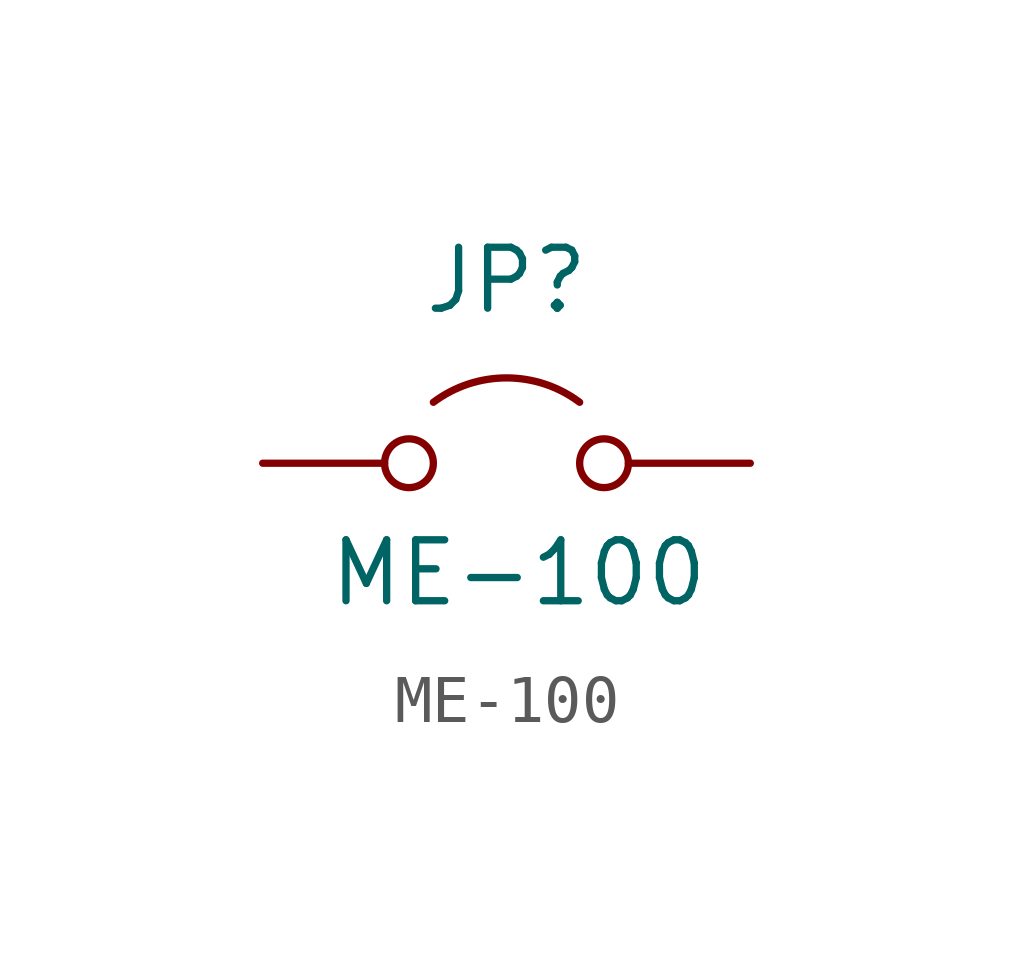
<source format=kicad_sym>
(kicad_symbol_lib
  (version 20231120)
  (generator "kicad_symbol_editor")
  (generator_version "8.0")
  (symbol "ME-100"
    (pin_numbers hide)
    (pin_names
      (offset 0) hide)
    (property "Reference" "JP"
      (at 0 0 0)
      (effects (font (size 1.27 1.27))))
    (property "Value" "ME-100"
      (at 0.254 -6.096 0)
      (effects (font (size 1.27 1.27))))
    (symbol "ME-100_0_0"
      (circle (center -2.032 -3.81) (radius 0.508) (stroke (width 0) (type default)) (fill (type none)))
      (circle (center 2.032 -3.81) (radius 0.508) (stroke (width 0) (type default)) (fill (type none))))
    (symbol "ME-100_0_1"
      (arc (start 1.524 -2.54) (mid 0 -2.032) (end -1.524 -2.54) (stroke (width 0) (type default)) (fill (type none))))
    (symbol "ME-100_1_1"
      (pin passive line (at -5.08 -3.81 0) (length 2.54) (name "A" (effects (font (size 1.27 1.27)))) (number "1" (effects (font (size 1.27 1.27)))))
      (pin passive line (at 5.08 -3.81 180) (length 2.54) (name "B" (effects (font (size 1.27 1.27)))) (number "2" (effects (font (size 1.27 1.27))))))))
</source>
